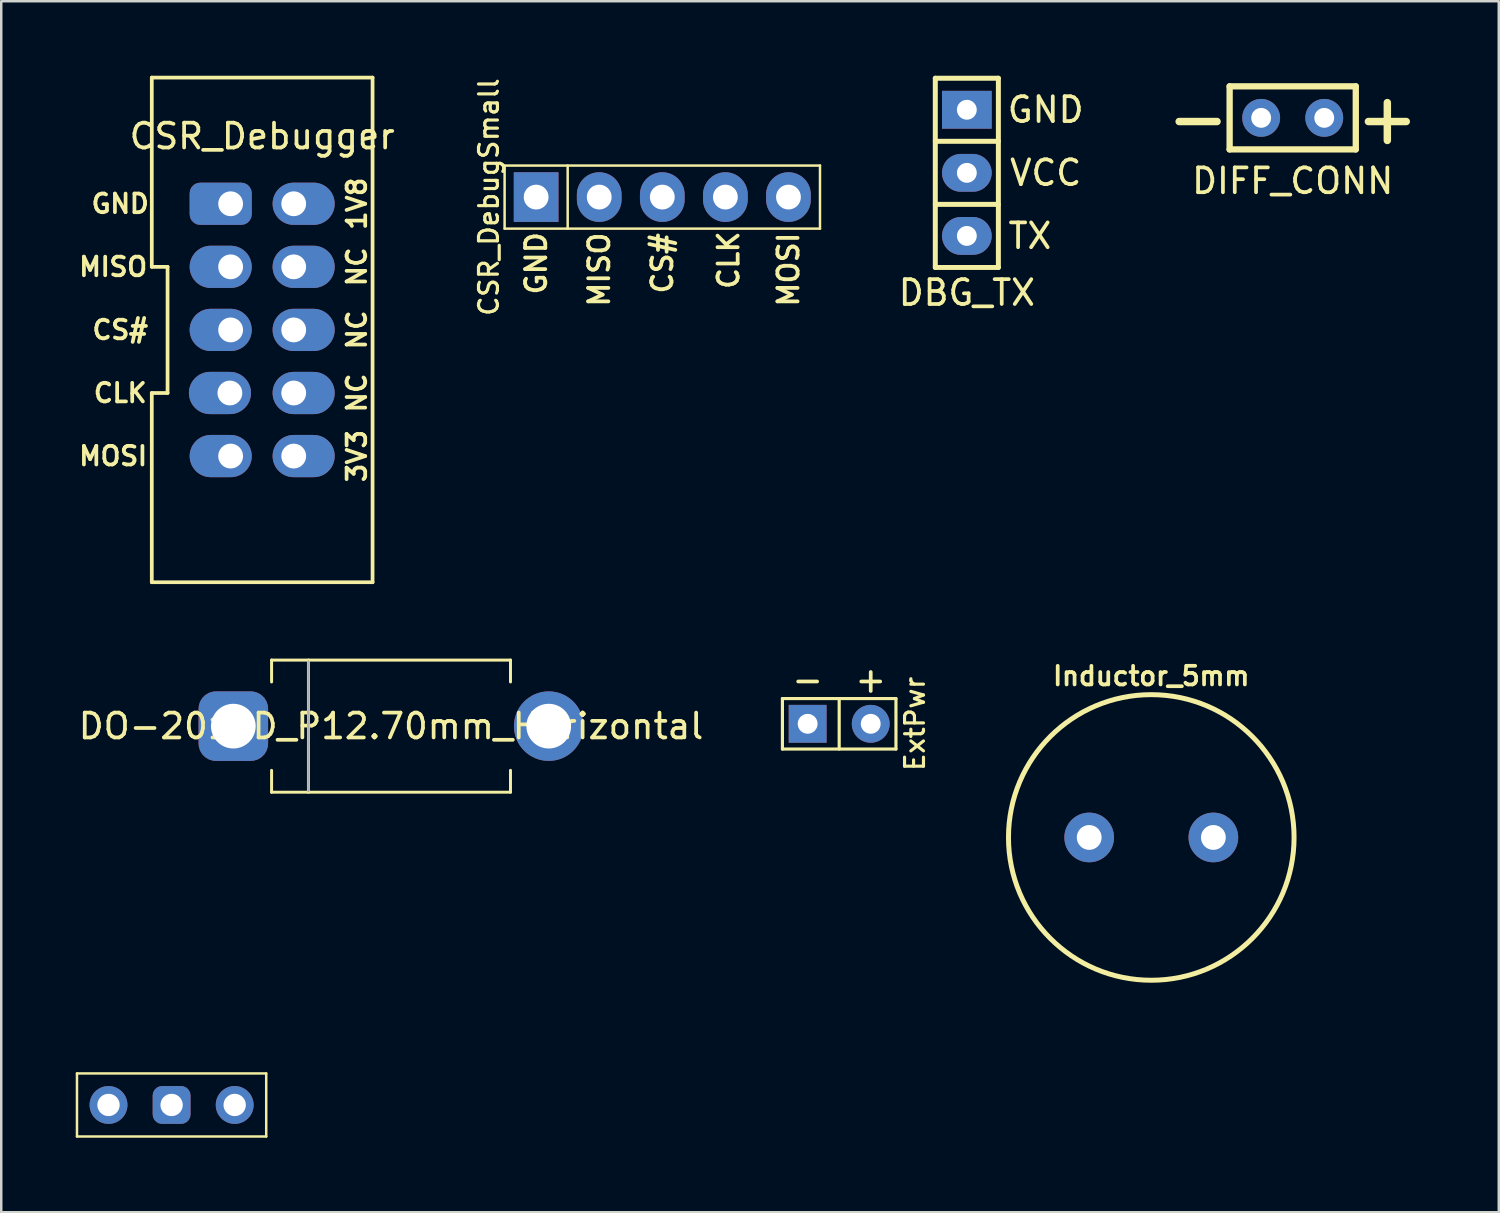
<source format=kicad_pcb>
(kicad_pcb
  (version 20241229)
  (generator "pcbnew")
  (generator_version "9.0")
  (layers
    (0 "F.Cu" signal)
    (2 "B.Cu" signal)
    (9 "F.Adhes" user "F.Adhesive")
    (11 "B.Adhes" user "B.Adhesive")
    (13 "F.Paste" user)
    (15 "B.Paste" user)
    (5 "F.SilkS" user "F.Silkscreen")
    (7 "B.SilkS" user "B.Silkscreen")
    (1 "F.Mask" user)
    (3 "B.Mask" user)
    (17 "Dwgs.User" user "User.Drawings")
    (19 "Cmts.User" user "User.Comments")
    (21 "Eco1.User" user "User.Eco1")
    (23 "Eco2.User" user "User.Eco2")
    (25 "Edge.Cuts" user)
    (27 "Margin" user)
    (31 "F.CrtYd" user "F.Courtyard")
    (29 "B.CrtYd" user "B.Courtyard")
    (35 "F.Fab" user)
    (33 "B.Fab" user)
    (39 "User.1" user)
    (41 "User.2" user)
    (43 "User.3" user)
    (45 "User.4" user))
  (footprint "Inductor_5mm"
    (layer "F.Cu")
    (at 43.309 30.672)
    (property "Reference" "Inductor_5mm" (at 0 -6.5 0) (layer "F.SilkS") (effects (font (size 0.75 0.75) (thickness 0.15))))
    (attr through_hole)
    (fp_circle (center 0 0) (end 5.75 0) (stroke (width 0.2) (type solid)) (fill no) (layer "F.SilkS"))
    (pad "1" thru_hole circle (at -2.5 0 180) (size 2 2) (drill 1) (layers "*.Cu" "*.Mask"))
    (pad "2" thru_hole circle (at 2.5 0 180) (size 2 2) (drill 1) (layers "*.Cu" "*.Mask")))
  (footprint "DIFF_CONN"
    (layer "F.Cu")
    (at 49.004 1.696)
    (property "Reference" "DIFF_CONN" (at 0 2.54 0) (layer "F.SilkS") (effects (font (size 1 1) (thickness 0.15))))
    (attr through_hole)
    (fp_line (start -2.54 -1.27) (end -2.54 1.27) (stroke (width 0.254) (type solid)) (layer "F.SilkS"))
    (fp_line (start -2.54 -1.27) (end 2.54 -1.27) (stroke (width 0.254) (type solid)) (layer "F.SilkS"))
    (fp_line (start 2.54 -1.27) (end 2.54 1.27) (stroke (width 0.254) (type solid)) (layer "F.SilkS"))
    (fp_line (start 2.54 1.27) (end -2.54 1.27) (stroke (width 0.254) (type solid)) (layer "F.SilkS"))
    (fp_text user "+" (at 3.81 0 0) (layer "F.SilkS") (effects (font (size 2 2) (thickness 0.3))))
    (fp_text user "-" (at -3.81 0 0) (layer "F.SilkS") (effects (font (size 2 2) (thickness 0.3))))
    (pad "1" thru_hole oval (at -1.27 0) (size 1.524 1.524) (drill 0.8) (layers "*.Cu" "*.Mask"))
    (pad "2" thru_hole circle (at 1.27 0) (size 1.524 1.524) (drill 0.8) (layers "*.Cu" "*.Mask")))
  (footprint "CSR_Debugger"
    (layer "F.Cu")
    (at 7.507 10.235)
    (property "Reference" "CSR_Debugger" (at 0 -7.8 0) (layer "F.SilkS") (effects (font (size 1 1) (thickness 0.15))))
    (attr through_hole)
    (fp_line (start -4.445 -10.16) (end 4.445 -10.16) (stroke (width 0.15) (type solid)) (layer "F.SilkS"))
    (fp_line (start -4.445 -2.54) (end -4.445 -10.16) (stroke (width 0.15) (type solid)) (layer "F.SilkS"))
    (fp_line (start -4.445 -2.54) (end -3.81 -2.54) (stroke (width 0.15) (type solid)) (layer "F.SilkS"))
    (fp_line (start -4.445 10.16) (end -4.445 2.54) (stroke (width 0.15) (type solid)) (layer "F.SilkS"))
    (fp_line (start -3.81 -2.54) (end -3.81 2.54) (stroke (width 0.15) (type solid)) (layer "F.SilkS"))
    (fp_line (start -3.81 2.54) (end -4.445 2.54) (stroke (width 0.15) (type solid)) (layer "F.SilkS"))
    (fp_line (start 4.445 -10.16) (end 4.445 10.16) (stroke (width 0.15) (type solid)) (layer "F.SilkS"))
    (fp_line (start 4.445 10.16) (end -4.445 10.16) (stroke (width 0.15) (type solid)) (layer "F.SilkS"))
    (fp_text user "GND" (at -5.715 -5.08 0) (layer "F.SilkS") (effects (font (size 0.75 0.75) (thickness 0.15))))
    (fp_text user "1V8" (at 3.81 -5.08 90) (layer "F.SilkS") (effects (font (size 0.75 0.75) (thickness 0.15))))
    (fp_text user "MOSI" (at -6 5.08 180) (layer "F.SilkS") (effects (font (size 0.75 0.75) (thickness 0.15))))
    (fp_text user "NC" (at 3.81 2.54 90) (layer "F.SilkS") (effects (font (size 0.75 0.75) (thickness 0.15))))
    (fp_text user "CLK" (at -5.715 2.54 180) (layer "F.SilkS") (effects (font (size 0.75 0.75) (thickness 0.15))))
    (fp_text user "CS#" (at -5.715 0 0) (layer "F.SilkS") (effects (font (size 0.75 0.75) (thickness 0.15))))
    (fp_text user "3V3" (at 3.81 5.08 90) (layer "F.SilkS") (effects (font (size 0.75 0.75) (thickness 0.15))))
    (fp_text user "MISO" (at -6 -2.54 0) (layer "F.SilkS") (effects (font (size 0.75 0.75) (thickness 0.15))))
    (fp_text user "NC" (at 3.81 -2.54 90) (layer "F.SilkS") (effects (font (size 0.75 0.75) (thickness 0.15))))
    (fp_text user "NC" (at 3.81 0 90) (layer "F.SilkS") (effects (font (size 0.75 0.75) (thickness 0.15))))
    (pad "1" thru_hole roundrect (at -1.27 -5.08) (size 2.5 1.7) (drill 1 (offset -0.4 0)) (layers "*.Cu" "*.Mask") (roundrect_rratio 0.25))
    (pad "2" thru_hole oval (at 1.27 -5.08) (size 2.5 1.7) (drill 1 (offset 0.4 0)) (layers "*.Cu" "*.Mask"))
    (pad "3" thru_hole oval (at -1.27 -2.54) (size 2.5 1.7) (drill 1 (offset -0.4 0)) (layers "*.Cu" "*.Mask"))
    (pad "4" thru_hole oval (at 1.27 -2.54) (size 2.5 1.7) (drill 1 (offset 0.4 0)) (layers "*.Cu" "*.Mask"))
    (pad "5" thru_hole oval (at -1.27 0) (size 2.5 1.7) (drill 1 (offset -0.4 0)) (layers "*.Cu" "*.Mask"))
    (pad "6" thru_hole oval (at 1.27 0) (size 2.5 1.7) (drill 1 (offset 0.4 0)) (layers "*.Cu" "*.Mask"))
    (pad "7" thru_hole oval (at -1.3 2.54) (size 2.5 1.7) (drill 1 (offset -0.4 0)) (layers "*.Cu" "*.Mask"))
    (pad "8" thru_hole oval (at 1.27 2.54) (size 2.5 1.7) (drill 1 (offset 0.4 0)) (layers "*.Cu" "*.Mask"))
    (pad "9" thru_hole oval (at -1.27 5.08) (size 2.5 1.7) (drill 1 (offset -0.4 0)) (layers "*.Cu" "*.Mask"))
    (pad "10" thru_hole oval (at 1.27 5.08) (size 2.5 1.7) (drill 1 (offset 0.4 0)) (layers "*.Cu" "*.Mask")))
  (footprint "DBG_TX"
    (layer "F.Cu")
    (at 35.882 3.91)
    (property "Reference" "DBG_TX" (at 0 4.826 0) (layer "F.SilkS") (effects (font (size 1 1) (thickness 0.15))))
    (attr through_hole)
    (fp_line (start -1.27 -3.81) (end 1.27 -3.81) (stroke (width 0.2) (type solid)) (layer "F.SilkS"))
    (fp_line (start -1.27 -1.27) (end 1.27 -1.27) (stroke (width 0.2) (type solid)) (layer "F.SilkS"))
    (fp_line (start -1.27 3.81) (end -1.27 -3.81) (stroke (width 0.2) (type solid)) (layer "F.SilkS"))
    (fp_line (start 1.27 -3.81) (end 1.27 3.81) (stroke (width 0.2) (type solid)) (layer "F.SilkS"))
    (fp_line (start 1.27 1.27) (end -1.27 1.27) (stroke (width 0.2) (type solid)) (layer "F.SilkS"))
    (fp_line (start 1.27 3.81) (end -1.27 3.81) (stroke (width 0.2) (type solid)) (layer "F.SilkS"))
    (fp_text user "GND" (at 3.175 -2.54 0) (layer "F.SilkS") (effects (font (size 1 1) (thickness 0.15))))
    (fp_text user "TX" (at 2.54 2.54 0) (layer "F.SilkS") (effects (font (size 1 1) (thickness 0.15))))
    (fp_text user "VCC" (at 3.175 0 0) (layer "F.SilkS") (effects (font (size 1 1) (thickness 0.15))))
    (pad "1" thru_hole rect (at 0 -2.54 90) (size 1.524 2) (drill 0.8) (layers "*.Cu" "*.Mask"))
    (pad "2" thru_hole oval (at 0 0 90) (size 1.524 2) (drill 0.8) (layers "*.Cu" "*.Mask"))
    (pad "3" thru_hole oval (at 0 2.54 90) (size 1.524 2) (drill 0.8) (layers "*.Cu" "*.Mask")))
  (footprint "JUMPER_3WAY"
    (layer "F.Cu")
    (at 3.86 41.444)
    (property "Reference" "JUMPER_3WAY" (at 0 -1.905 0) (layer "F.Fab") (effects (font (size 0.025 0.025) (thickness 0.001))))
    (attr through_hole)
    (fp_line (start -3.81 -1.27) (end 3.81 -1.27) (stroke (width 0.1) (type solid)) (layer "F.SilkS"))
    (fp_line (start -3.81 1.27) (end -3.81 -1.27) (stroke (width 0.1) (type solid)) (layer "F.SilkS"))
    (fp_line (start 3.81 -1.27) (end 3.81 1.27) (stroke (width 0.1) (type solid)) (layer "F.SilkS"))
    (fp_line (start 3.81 1.27) (end -3.81 1.27) (stroke (width 0.1) (type solid)) (layer "F.SilkS"))
    (pad "1" thru_hole circle (at -2.54 0) (size 1.524 1.524) (drill 0.9) (layers "*.Cu" "*.Mask"))
    (pad "2" thru_hole roundrect (at 0 0) (size 1.524 1.524) (drill 0.9) (layers "*.Cu" "*.Mask") (roundrect_rratio 0.25))
    (pad "3" thru_hole circle (at 2.54 0) (size 1.524 1.524) (drill 0.9) (layers "*.Cu" "*.Mask")))
  (footprint "DO-201AD_P12.70mm_Horizontal"
    (layer "F.Cu")
    (at 12.696 26.19)
    (property "Reference" "DO-201AD_P12.70mm_Horizontal" (at 0 0 180) (layer "F.SilkS") (effects (font (size 1 1) (thickness 0.15))))
    (attr through_hole)
    (fp_line (start -4.81 -2.66) (end 4.81 -2.66) (stroke (width 0.12) (type solid)) (layer "F.SilkS"))
    (fp_line (start -4.81 -1.78) (end -4.81 -2.66) (stroke (width 0.12) (type solid)) (layer "F.SilkS"))
    (fp_line (start -4.81 1.78) (end -4.81 2.66) (stroke (width 0.12) (type solid)) (layer "F.SilkS"))
    (fp_line (start -4.81 2.66) (end 4.81 2.66) (stroke (width 0.12) (type solid)) (layer "F.SilkS"))
    (fp_line (start -3.325 -2.66) (end -3.325 2.66) (stroke (width 0.12) (type solid)) (layer "F.SilkS"))
    (fp_line (start 4.81 -2.66) (end 4.81 -1.78) (stroke (width 0.12) (type solid)) (layer "F.SilkS"))
    (fp_line (start 4.81 2.66) (end 4.81 1.78) (stroke (width 0.12) (type solid)) (layer "F.SilkS"))
    (fp_line (start -3.325 -2.6) (end -3.325 2.6) (stroke (width 0.1) (type solid)) (layer "F.Fab"))
    (pad "1" thru_hole roundrect (at -6.35 0) (size 2.8 2.8) (drill 1.8) (layers "*.Cu" "*.Mask") (roundrect_rratio 0.25))
    (pad "2" thru_hole circle (at 6.35 0) (size 2.8 2.8) (drill 1.8) (layers "*.Cu" "*.Mask")))
  (footprint "CSR_DebugSmall"
    (layer "F.Cu")
    (at 23.619 4.886)
    (property "Reference" "CSR_DebugSmall" (at -6.985 0 90) (layer "F.SilkS") (effects (font (size 0.762 0.762) (thickness 0.127))))
    (attr through_hole)
    (fp_line (start -6.35 -1.27) (end -6.35 1.27) (stroke (width 0.1) (type solid)) (layer "F.SilkS"))
    (fp_line (start -6.35 1.27) (end 6.35 1.27) (stroke (width 0.1) (type solid)) (layer "F.SilkS"))
    (fp_line (start -3.81 -1.27) (end -3.81 1.27) (stroke (width 0.1) (type solid)) (layer "F.SilkS"))
    (fp_line (start 6.35 -1.27) (end -6.35 -1.27) (stroke (width 0.1) (type solid)) (layer "F.SilkS"))
    (fp_line (start 6.35 1.27) (end 6.35 -1.27) (stroke (width 0.1) (type solid)) (layer "F.SilkS"))
    (fp_text user "CLK" (at 2.667 2.54 90) (layer "F.SilkS") (effects (font (size 0.813 0.813) (thickness 0.152))))
    (fp_text user "MISO" (at -2.54 2.921 90) (layer "F.SilkS") (effects (font (size 0.813 0.813) (thickness 0.152))))
    (fp_text user "GND" (at -5.08 2.667 90) (layer "F.SilkS") (effects (font (size 0.813 0.813) (thickness 0.152))))
    (fp_text user "MOSI" (at 5.08 2.921 90) (layer "F.SilkS") (effects (font (size 0.813 0.813) (thickness 0.152))))
    (fp_text user "CS#" (at 0 2.667 90) (layer "F.SilkS") (effects (font (size 0.813 0.813) (thickness 0.152))))
    (pad "1" thru_hole oval (at 5.08 0) (size 1.8 2) (drill 1) (layers "*.Cu" "*.Mask"))
    (pad "2" thru_hole oval (at 2.54 0) (size 1.8 2) (drill 1) (layers "*.Cu" "*.Mask"))
    (pad "3" thru_hole oval (at 0 0) (size 1.8 2) (drill 1) (layers "*.Cu" "*.Mask"))
    (pad "4" thru_hole oval (at -2.54 0) (size 1.8 2) (drill 1) (layers "*.Cu" "*.Mask"))
    (pad "5" thru_hole rect (at -5.08 0) (size 1.8 2) (drill 1) (layers "*.Cu" "*.Mask")))
  (footprint "ExtPwr"
    (layer "F.Cu")
    (at 30.742 26.096)
    (property "Reference" "ExtPwr" (at 3.048 0 90) (layer "F.SilkS") (effects (font (size 0.762 0.762) (thickness 0.127))))
    (attr through_hole)
    (fp_line (start -2.286 -1.016) (end 2.286 -1.016) (stroke (width 0.127) (type solid)) (layer "F.SilkS"))
    (fp_line (start -2.286 1.016) (end -2.286 -1.016) (stroke (width 0.127) (type solid)) (layer "F.SilkS"))
    (fp_line (start 0 -1.016) (end 0 1.016) (stroke (width 0.127) (type solid)) (layer "F.SilkS"))
    (fp_line (start 2.286 -1.016) (end 2.286 1.016) (stroke (width 0.127) (type solid)) (layer "F.SilkS"))
    (fp_line (start 2.286 1.016) (end -2.286 1.016) (stroke (width 0.127) (type solid)) (layer "F.SilkS"))
    (fp_text user "+" (at 1.27 -1.778 0) (layer "F.SilkS") (effects (font (size 1 1) (thickness 0.15))))
    (fp_text user "-" (at -1.27 -1.778 0) (layer "F.SilkS") (effects (font (size 1 1) (thickness 0.15))))
    (pad "1" thru_hole circle (at 1.27 0) (size 1.524 1.524) (drill 0.8) (layers "*.Cu" "*.Mask"))
    (pad "2" thru_hole rect (at -1.27 0) (size 1.524 1.524) (drill 0.8) (layers "*.Cu" "*.Mask")))
  (gr_rect
    (start -3 -3)
    (end 57.302 45.764)
    (stroke (width 0.1) (type default))
    (fill no)
    (layer "Edge.Cuts")))
</source>
